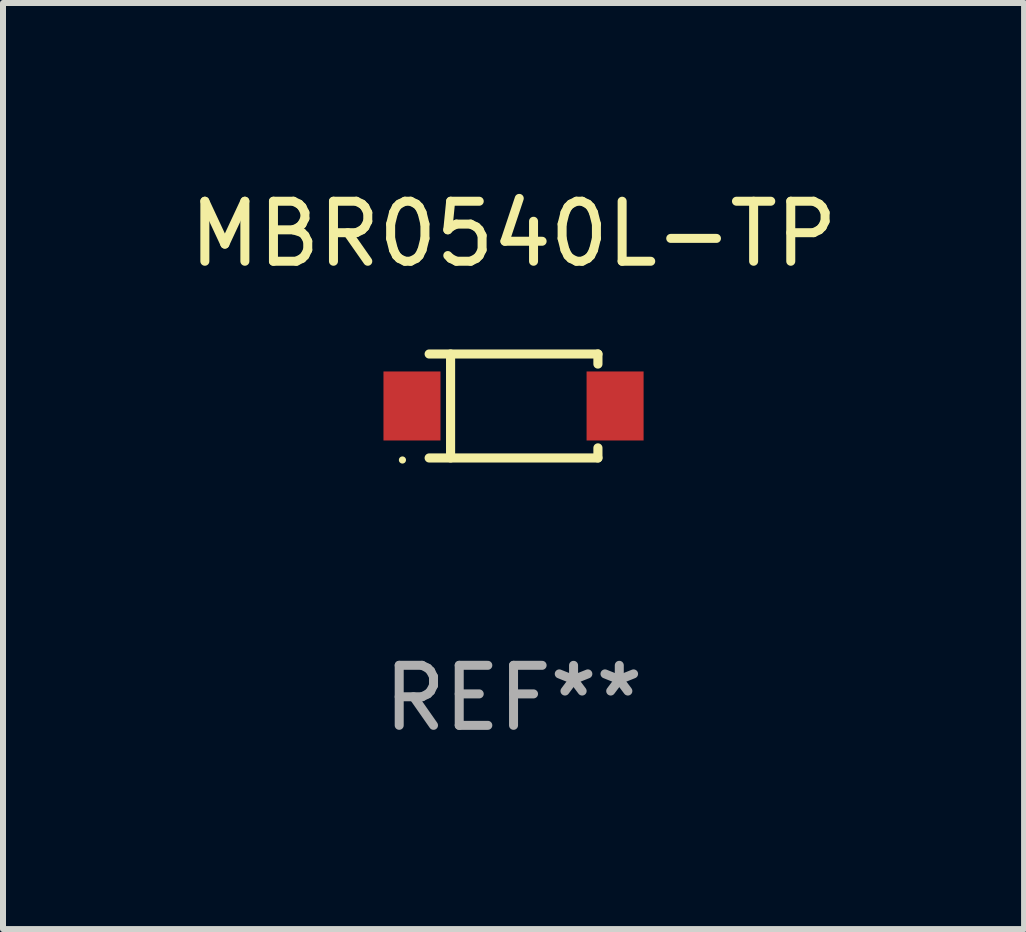
<source format=kicad_pcb>
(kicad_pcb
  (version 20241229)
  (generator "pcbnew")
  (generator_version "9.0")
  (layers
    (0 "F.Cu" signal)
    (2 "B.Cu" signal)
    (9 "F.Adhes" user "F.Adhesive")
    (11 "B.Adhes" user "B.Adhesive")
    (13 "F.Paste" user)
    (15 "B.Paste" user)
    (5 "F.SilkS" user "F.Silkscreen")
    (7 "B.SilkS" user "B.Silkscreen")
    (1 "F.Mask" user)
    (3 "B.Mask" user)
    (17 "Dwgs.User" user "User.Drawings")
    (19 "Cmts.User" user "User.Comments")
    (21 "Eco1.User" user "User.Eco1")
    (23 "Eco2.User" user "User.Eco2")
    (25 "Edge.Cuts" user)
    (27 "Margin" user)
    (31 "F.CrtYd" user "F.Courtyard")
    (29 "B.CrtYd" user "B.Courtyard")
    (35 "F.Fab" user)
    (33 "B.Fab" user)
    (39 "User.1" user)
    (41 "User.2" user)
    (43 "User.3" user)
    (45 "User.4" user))
  (footprint "MBR0540L-TP"
    (layer "F.Cu")
    (at 5.506 3.714)
    (property "Reference" "MBR0540L-TP" (at 0 -2.866 0) (layer "F.SilkS") (effects (font (size 1 1) (thickness 0.15))))
    (attr through_hole)
    (fp_line (start -1.406 -0.866) (end 1.406 -0.866) (stroke (width 0.152) (type solid)) (layer "F.SilkS"))
    (fp_line (start -1.406 0.866) (end 1.406 0.866) (stroke (width 0.152) (type solid)) (layer "F.SilkS"))
    (fp_line (start -1.049 -0.866) (end -1.049 0.866) (stroke (width 0.152) (type solid)) (layer "F.SilkS"))
    (fp_line (start 1.406 -0.866) (end 1.406 -0.698) (stroke (width 0.152) (type solid)) (layer "F.SilkS"))
    (fp_line (start 1.406 0.866) (end 1.406 0.698) (stroke (width 0.152) (type solid)) (layer "F.SilkS"))
    (fp_circle (center -1.851 0.9) (end -1.821 0.9) (stroke (width 0.06) (type solid)) (fill no) (layer "F.SilkS"))
    (fp_text user "REF**" (at 0 4.866 0) (layer "F.Fab") (effects (font (size 1 1) (thickness 0.15))))
    (pad "1" smd rect (at -1.692 0) (size 0.95 1.15) (layers "F.Cu" "F.Mask" "F.Paste"))
    (pad "2" smd rect (at 1.692 0) (size 0.95 1.15) (layers "F.Cu" "F.Mask" "F.Paste")))
  (gr_rect
    (start -3 -3)
    (end 14.012 12.429)
    (stroke (width 0.1) (type default))
    (fill no)
    (layer "Edge.Cuts")))
</source>
